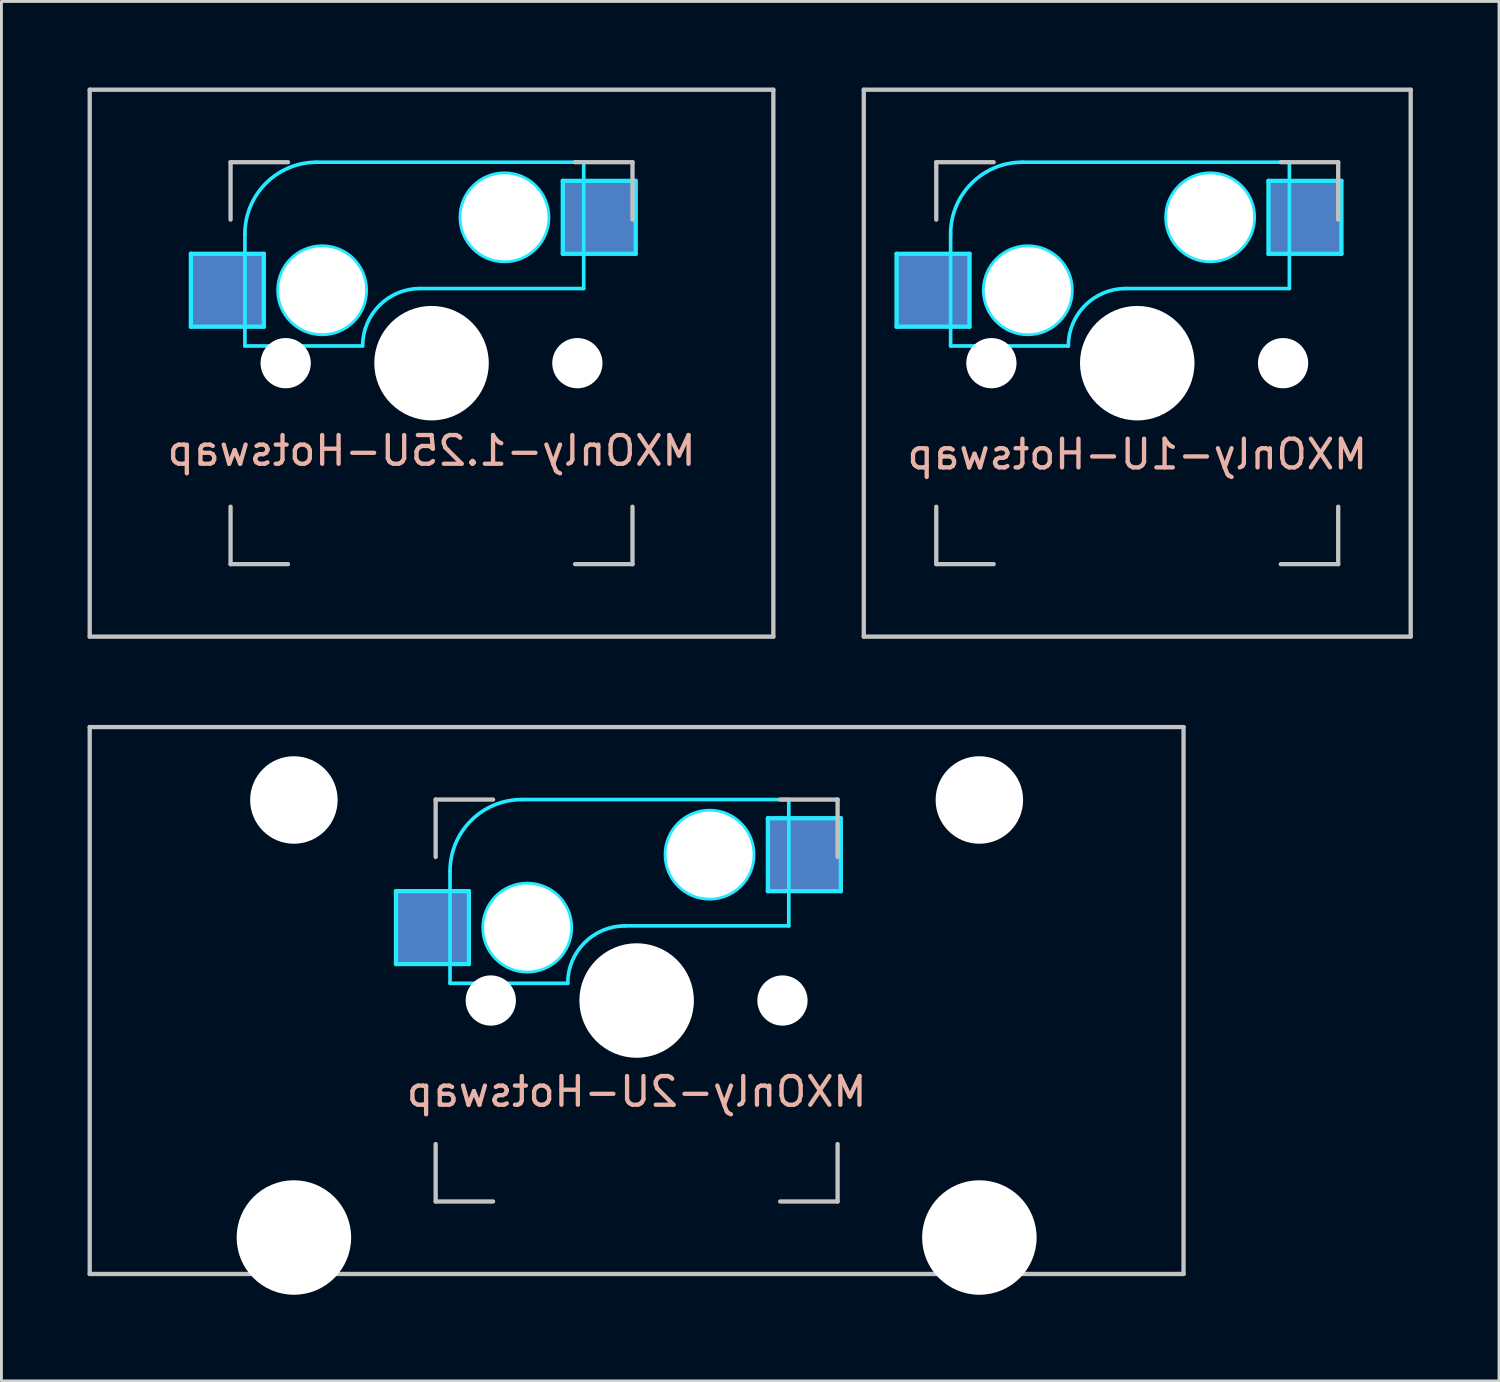
<source format=kicad_pcb>
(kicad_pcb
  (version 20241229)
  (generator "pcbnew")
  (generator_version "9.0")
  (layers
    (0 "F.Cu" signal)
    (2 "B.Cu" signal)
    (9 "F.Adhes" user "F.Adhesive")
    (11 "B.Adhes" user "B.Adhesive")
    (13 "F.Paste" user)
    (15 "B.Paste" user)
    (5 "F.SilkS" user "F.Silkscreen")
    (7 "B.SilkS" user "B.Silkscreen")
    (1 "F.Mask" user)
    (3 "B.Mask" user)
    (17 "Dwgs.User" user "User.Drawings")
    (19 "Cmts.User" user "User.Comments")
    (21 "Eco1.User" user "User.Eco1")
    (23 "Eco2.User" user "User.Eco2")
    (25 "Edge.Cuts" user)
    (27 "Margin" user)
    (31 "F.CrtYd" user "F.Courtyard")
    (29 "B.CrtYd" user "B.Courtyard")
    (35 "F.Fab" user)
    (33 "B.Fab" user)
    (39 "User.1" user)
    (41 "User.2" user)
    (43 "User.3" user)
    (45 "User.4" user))
  (footprint "MXOnly-2U-Hotswap"
    (layer "F.Cu")
    (at 19.125 31.8)
    (property "Reference" "MXOnly-2U-Hotswap" (at 0 3.175 0) (layer "B.SilkS") (effects (font (size 1 1) (thickness 0.15)) (justify mirror)))
    (attr smd)
    (fp_line (start -19.05 -9.525) (end 19.05 -9.525) (stroke (width 0.15) (type solid)) (layer "Dwgs.User"))
    (fp_line (start -19.05 9.525) (end -19.05 -9.525) (stroke (width 0.15) (type solid)) (layer "Dwgs.User"))
    (fp_line (start -7 -7) (end -7 -5) (stroke (width 0.15) (type solid)) (layer "Dwgs.User"))
    (fp_line (start -7 5) (end -7 7) (stroke (width 0.15) (type solid)) (layer "Dwgs.User"))
    (fp_line (start -7 7) (end -5 7) (stroke (width 0.15) (type solid)) (layer "Dwgs.User"))
    (fp_line (start -5 -7) (end -7 -7) (stroke (width 0.15) (type solid)) (layer "Dwgs.User"))
    (fp_line (start 5 -7) (end 7 -7) (stroke (width 0.15) (type solid)) (layer "Dwgs.User"))
    (fp_line (start 5 7) (end 7 7) (stroke (width 0.15) (type solid)) (layer "Dwgs.User"))
    (fp_line (start 7 -7) (end 7 -5) (stroke (width 0.15) (type solid)) (layer "Dwgs.User"))
    (fp_line (start 7 7) (end 7 5) (stroke (width 0.15) (type solid)) (layer "Dwgs.User"))
    (fp_line (start 19.05 -9.525) (end 19.05 9.525) (stroke (width 0.15) (type solid)) (layer "Dwgs.User"))
    (fp_line (start 19.05 9.525) (end -19.05 9.525) (stroke (width 0.15) (type solid)) (layer "Dwgs.User"))
    (fp_line (start -8.382 -3.81) (end -5.842 -3.81) (stroke (width 0.15) (type solid)) (layer "B.CrtYd"))
    (fp_line (start -8.382 -1.27) (end -8.382 -3.81) (stroke (width 0.15) (type solid)) (layer "B.CrtYd"))
    (fp_line (start -6.5 -4.5) (end -6.5 -0.6) (stroke (width 0.127) (type solid)) (layer "B.CrtYd"))
    (fp_line (start -6.5 -0.6) (end -2.4 -0.6) (stroke (width 0.127) (type solid)) (layer "B.CrtYd"))
    (fp_line (start -5.842 -3.81) (end -5.842 -1.27) (stroke (width 0.15) (type solid)) (layer "B.CrtYd"))
    (fp_line (start -5.842 -1.27) (end -8.382 -1.27) (stroke (width 0.15) (type solid)) (layer "B.CrtYd"))
    (fp_line (start -0.4 -2.6) (end 5.3 -2.6) (stroke (width 0.127) (type solid)) (layer "B.CrtYd"))
    (fp_line (start 4.572 -6.35) (end 7.112 -6.35) (stroke (width 0.15) (type solid)) (layer "B.CrtYd"))
    (fp_line (start 4.572 -3.81) (end 4.572 -6.35) (stroke (width 0.15) (type solid)) (layer "B.CrtYd"))
    (fp_line (start 5.3 -7) (end -4 -7) (stroke (width 0.127) (type solid)) (layer "B.CrtYd"))
    (fp_line (start 5.3 -7) (end 5.3 -2.6) (stroke (width 0.127) (type solid)) (layer "B.CrtYd"))
    (fp_line (start 7.112 -6.35) (end 7.112 -3.81) (stroke (width 0.15) (type solid)) (layer "B.CrtYd"))
    (fp_line (start 7.112 -3.81) (end 4.572 -3.81) (stroke (width 0.15) (type solid)) (layer "B.CrtYd"))
    (fp_arc (start -6.5 -4.5) (mid -5.767767 -6.267767) (end -4 -7) (stroke (width 0.127) (type solid)) (layer "B.CrtYd"))
    (fp_arc (start -2.4 -0.6) (mid -1.814214 -2.014214) (end -0.4 -2.6) (stroke (width 0.127) (type solid)) (layer "B.CrtYd"))
    (fp_circle (center -3.81 -2.54) (end -3.81 -4.064) (stroke (width 0.15) (type solid)) (fill no) (layer "B.CrtYd"))
    (fp_circle (center 2.54 -5.08) (end 2.54 -6.604) (stroke (width 0.15) (type solid)) (fill no) (layer "B.CrtYd"))
    (pad "" np_thru_hole circle (at -11.938 -6.985) (size 3.048 3.048) (drill 3.048) (layers "*.Cu" "*.Mask"))
    (pad "" np_thru_hole circle (at -11.938 8.255) (size 3.988 3.988) (drill 3.988) (layers "*.Cu" "*.Mask"))
    (pad "" np_thru_hole circle (at -5.08 0 48.1) (size 1.75 1.75) (drill 1.75) (layers "*.Cu" "*.Mask"))
    (pad "" np_thru_hole circle (at -3.81 -2.54) (size 3 3) (drill 3) (layers "*.Cu" "*.Mask"))
    (pad "" np_thru_hole circle (at 0 0) (size 3.988 3.988) (drill 3.988) (layers "*.Cu" "*.Mask"))
    (pad "" np_thru_hole circle (at 2.54 -5.08) (size 3 3) (drill 3) (layers "*.Cu" "*.Mask"))
    (pad "" np_thru_hole circle (at 5.08 0 48.1) (size 1.75 1.75) (drill 1.75) (layers "*.Cu" "*.Mask"))
    (pad "" np_thru_hole circle (at 11.938 -6.985) (size 3.048 3.048) (drill 3.048) (layers "*.Cu" "*.Mask"))
    (pad "" np_thru_hole circle (at 11.938 8.255) (size 3.988 3.988) (drill 3.988) (layers "*.Cu" "*.Mask"))
    (pad "1" smd rect (at -7.085 -2.54) (size 2.55 2.5) (layers "B.Cu" "B.Mask" "B.Paste"))
    (pad "2" smd rect (at 5.842 -5.08) (size 2.55 2.5) (layers "B.Cu" "B.Mask" "B.Paste")))
  (footprint "MXOnly-1.25U-Hotswap"
    (layer "F.Cu")
    (at 11.981 9.6)
    (property "Reference" "MXOnly-1.25U-Hotswap" (at 0 3.048 0) (layer "B.SilkS") (effects (font (size 1 1) (thickness 0.15)) (justify mirror)))
    (attr smd)
    (fp_line (start -11.906 -9.525) (end 11.906 -9.525) (stroke (width 0.15) (type solid)) (layer "Dwgs.User"))
    (fp_line (start -11.906 9.525) (end -11.906 -9.525) (stroke (width 0.15) (type solid)) (layer "Dwgs.User"))
    (fp_line (start -7 -7) (end -7 -5) (stroke (width 0.15) (type solid)) (layer "Dwgs.User"))
    (fp_line (start -7 5) (end -7 7) (stroke (width 0.15) (type solid)) (layer "Dwgs.User"))
    (fp_line (start -7 7) (end -5 7) (stroke (width 0.15) (type solid)) (layer "Dwgs.User"))
    (fp_line (start -5 -7) (end -7 -7) (stroke (width 0.15) (type solid)) (layer "Dwgs.User"))
    (fp_line (start 5 -7) (end 7 -7) (stroke (width 0.15) (type solid)) (layer "Dwgs.User"))
    (fp_line (start 5 7) (end 7 7) (stroke (width 0.15) (type solid)) (layer "Dwgs.User"))
    (fp_line (start 7 -7) (end 7 -5) (stroke (width 0.15) (type solid)) (layer "Dwgs.User"))
    (fp_line (start 7 7) (end 7 5) (stroke (width 0.15) (type solid)) (layer "Dwgs.User"))
    (fp_line (start 11.906 -9.525) (end 11.906 9.525) (stroke (width 0.15) (type solid)) (layer "Dwgs.User"))
    (fp_line (start 11.906 9.525) (end -11.906 9.525) (stroke (width 0.15) (type solid)) (layer "Dwgs.User"))
    (fp_line (start -8.382 -3.81) (end -5.842 -3.81) (stroke (width 0.15) (type solid)) (layer "B.CrtYd"))
    (fp_line (start -8.382 -1.27) (end -8.382 -3.81) (stroke (width 0.15) (type solid)) (layer "B.CrtYd"))
    (fp_line (start -6.5 -4.5) (end -6.5 -0.6) (stroke (width 0.127) (type solid)) (layer "B.CrtYd"))
    (fp_line (start -6.5 -0.6) (end -2.4 -0.6) (stroke (width 0.127) (type solid)) (layer "B.CrtYd"))
    (fp_line (start -5.842 -3.81) (end -5.842 -1.27) (stroke (width 0.15) (type solid)) (layer "B.CrtYd"))
    (fp_line (start -5.842 -1.27) (end -8.382 -1.27) (stroke (width 0.15) (type solid)) (layer "B.CrtYd"))
    (fp_line (start -0.4 -2.6) (end 5.3 -2.6) (stroke (width 0.127) (type solid)) (layer "B.CrtYd"))
    (fp_line (start 4.572 -6.35) (end 7.112 -6.35) (stroke (width 0.15) (type solid)) (layer "B.CrtYd"))
    (fp_line (start 4.572 -3.81) (end 4.572 -6.35) (stroke (width 0.15) (type solid)) (layer "B.CrtYd"))
    (fp_line (start 5.3 -7) (end -4 -7) (stroke (width 0.127) (type solid)) (layer "B.CrtYd"))
    (fp_line (start 5.3 -7) (end 5.3 -2.6) (stroke (width 0.127) (type solid)) (layer "B.CrtYd"))
    (fp_line (start 7.112 -6.35) (end 7.112 -3.81) (stroke (width 0.15) (type solid)) (layer "B.CrtYd"))
    (fp_line (start 7.112 -3.81) (end 4.572 -3.81) (stroke (width 0.15) (type solid)) (layer "B.CrtYd"))
    (fp_arc (start -6.5 -4.5) (mid -5.767767 -6.267767) (end -4 -7) (stroke (width 0.127) (type solid)) (layer "B.CrtYd"))
    (fp_arc (start -2.4 -0.6) (mid -1.814214 -2.014214) (end -0.4 -2.6) (stroke (width 0.127) (type solid)) (layer "B.CrtYd"))
    (fp_circle (center -3.81 -2.54) (end -3.81 -4.064) (stroke (width 0.15) (type solid)) (fill no) (layer "B.CrtYd"))
    (fp_circle (center 2.54 -5.08) (end 2.54 -6.604) (stroke (width 0.15) (type solid)) (fill no) (layer "B.CrtYd"))
    (pad "" np_thru_hole circle (at -5.08 0 48.1) (size 1.75 1.75) (drill 1.75) (layers "*.Cu" "*.Mask"))
    (pad "" np_thru_hole circle (at -3.81 -2.54) (size 3 3) (drill 3) (layers "*.Cu" "*.Mask"))
    (pad "" np_thru_hole circle (at 0 0) (size 3.988 3.988) (drill 3.988) (layers "*.Cu" "*.Mask"))
    (pad "" np_thru_hole circle (at 2.54 -5.08) (size 3 3) (drill 3) (layers "*.Cu" "*.Mask"))
    (pad "" np_thru_hole circle (at 5.08 0 48.1) (size 1.75 1.75) (drill 1.75) (layers "*.Cu" "*.Mask"))
    (pad "1" smd rect (at -7.085 -2.54) (size 2.55 2.5) (layers "B.Cu" "B.Mask" "B.Paste"))
    (pad "2" smd rect (at 5.842 -5.08) (size 2.55 2.5) (layers "B.Cu" "B.Mask" "B.Paste")))
  (footprint "MXOnly-1U-Hotswap"
    (layer "F.Cu")
    (at 36.562 9.6)
    (property "Reference" "MXOnly-1U-Hotswap" (at 0 3.175 0) (layer "B.SilkS") (effects (font (size 1 1) (thickness 0.15)) (justify mirror)))
    (attr smd)
    (fp_line (start -9.525 -9.525) (end 9.525 -9.525) (stroke (width 0.15) (type solid)) (layer "Dwgs.User"))
    (fp_line (start -9.525 9.525) (end -9.525 -9.525) (stroke (width 0.15) (type solid)) (layer "Dwgs.User"))
    (fp_line (start -7 -7) (end -7 -5) (stroke (width 0.15) (type solid)) (layer "Dwgs.User"))
    (fp_line (start -7 5) (end -7 7) (stroke (width 0.15) (type solid)) (layer "Dwgs.User"))
    (fp_line (start -7 7) (end -5 7) (stroke (width 0.15) (type solid)) (layer "Dwgs.User"))
    (fp_line (start -5 -7) (end -7 -7) (stroke (width 0.15) (type solid)) (layer "Dwgs.User"))
    (fp_line (start 5 -7) (end 7 -7) (stroke (width 0.15) (type solid)) (layer "Dwgs.User"))
    (fp_line (start 5 7) (end 7 7) (stroke (width 0.15) (type solid)) (layer "Dwgs.User"))
    (fp_line (start 7 -7) (end 7 -5) (stroke (width 0.15) (type solid)) (layer "Dwgs.User"))
    (fp_line (start 7 7) (end 7 5) (stroke (width 0.15) (type solid)) (layer "Dwgs.User"))
    (fp_line (start 9.525 -9.525) (end 9.525 9.525) (stroke (width 0.15) (type solid)) (layer "Dwgs.User"))
    (fp_line (start 9.525 9.525) (end -9.525 9.525) (stroke (width 0.15) (type solid)) (layer "Dwgs.User"))
    (fp_line (start -8.382 -3.81) (end -8.382 -1.27) (stroke (width 0.15) (type solid)) (layer "B.CrtYd"))
    (fp_line (start -8.382 -1.27) (end -5.842 -1.27) (stroke (width 0.15) (type solid)) (layer "B.CrtYd"))
    (fp_line (start -6.5 -4.5) (end -6.5 -0.6) (stroke (width 0.127) (type solid)) (layer "B.CrtYd"))
    (fp_line (start -6.5 -0.6) (end -2.4 -0.6) (stroke (width 0.127) (type solid)) (layer "B.CrtYd"))
    (fp_line (start -5.842 -3.81) (end -8.382 -3.81) (stroke (width 0.15) (type solid)) (layer "B.CrtYd"))
    (fp_line (start -5.842 -1.27) (end -5.842 -3.81) (stroke (width 0.15) (type solid)) (layer "B.CrtYd"))
    (fp_line (start -0.4 -2.6) (end 5.3 -2.6) (stroke (width 0.127) (type solid)) (layer "B.CrtYd"))
    (fp_line (start 4.572 -6.35) (end 7.112 -6.35) (stroke (width 0.15) (type solid)) (layer "B.CrtYd"))
    (fp_line (start 4.572 -3.81) (end 4.572 -6.35) (stroke (width 0.15) (type solid)) (layer "B.CrtYd"))
    (fp_line (start 5.3 -7) (end -4 -7) (stroke (width 0.127) (type solid)) (layer "B.CrtYd"))
    (fp_line (start 5.3 -7) (end 5.3 -2.6) (stroke (width 0.127) (type solid)) (layer "B.CrtYd"))
    (fp_line (start 7.112 -6.35) (end 7.112 -3.81) (stroke (width 0.15) (type solid)) (layer "B.CrtYd"))
    (fp_line (start 7.112 -3.81) (end 4.572 -3.81) (stroke (width 0.15) (type solid)) (layer "B.CrtYd"))
    (fp_arc (start -6.5 -4.5) (mid -5.767767 -6.267767) (end -4 -7) (stroke (width 0.127) (type solid)) (layer "B.CrtYd"))
    (fp_arc (start -2.4 -0.6) (mid -1.814214 -2.014214) (end -0.4 -2.6) (stroke (width 0.127) (type solid)) (layer "B.CrtYd"))
    (fp_circle (center -3.81 -2.54) (end -3.81 -4.064) (stroke (width 0.15) (type solid)) (fill no) (layer "B.CrtYd"))
    (fp_circle (center 2.54 -5.08) (end 2.54 -6.604) (stroke (width 0.15) (type solid)) (fill no) (layer "B.CrtYd"))
    (pad "" np_thru_hole circle (at -5.08 0 48.1) (size 1.75 1.75) (drill 1.75) (layers "*.Cu" "*.Mask"))
    (pad "" np_thru_hole circle (at -3.81 -2.54) (size 3 3) (drill 3) (layers "*.Cu" "*.Mask"))
    (pad "" np_thru_hole circle (at 0 0) (size 3.988 3.988) (drill 3.988) (layers "*.Cu" "*.Mask"))
    (pad "" np_thru_hole circle (at 2.54 -5.08) (size 3 3) (drill 3) (layers "*.Cu" "*.Mask"))
    (pad "" np_thru_hole circle (at 5.08 0 48.1) (size 1.75 1.75) (drill 1.75) (layers "*.Cu" "*.Mask"))
    (pad "1" smd rect (at -7.085 -2.54) (size 2.55 2.5) (layers "B.Cu" "B.Mask" "B.Paste"))
    (pad "2" smd rect (at 5.842 -5.08) (size 2.55 2.5) (layers "B.Cu" "B.Mask" "B.Paste")))
  (gr_rect
    (start -3 -3)
    (end 49.163 45.049)
    (stroke (width 0.1) (type default))
    (fill no)
    (layer "Edge.Cuts")))
</source>
